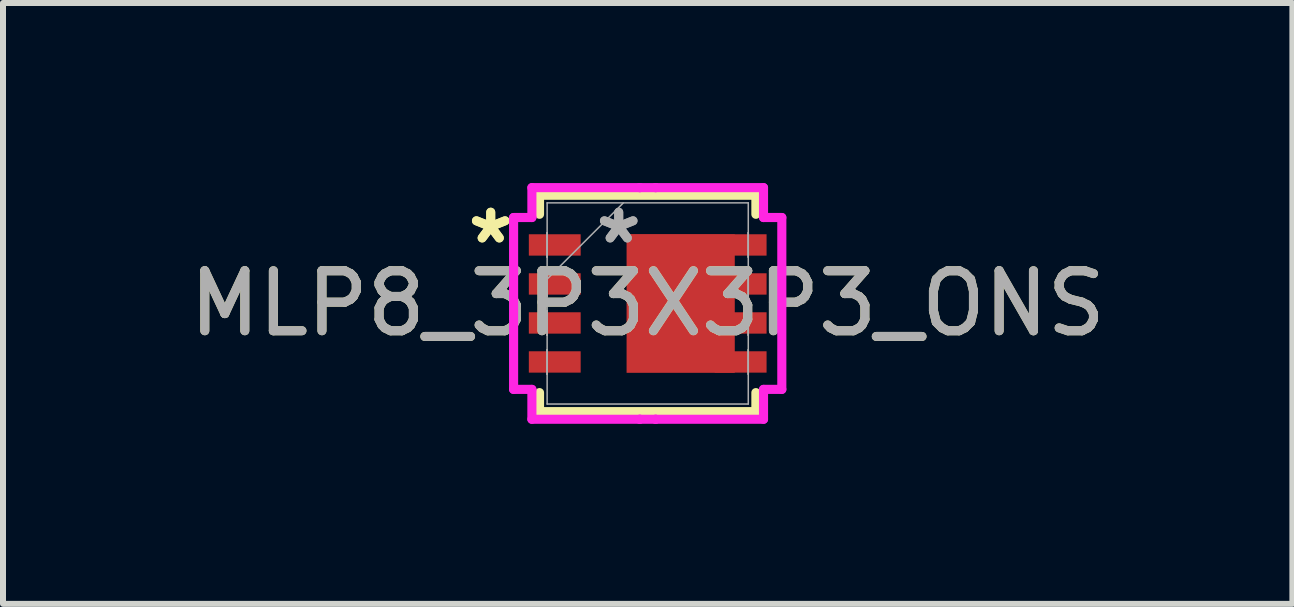
<source format=kicad_pcb>
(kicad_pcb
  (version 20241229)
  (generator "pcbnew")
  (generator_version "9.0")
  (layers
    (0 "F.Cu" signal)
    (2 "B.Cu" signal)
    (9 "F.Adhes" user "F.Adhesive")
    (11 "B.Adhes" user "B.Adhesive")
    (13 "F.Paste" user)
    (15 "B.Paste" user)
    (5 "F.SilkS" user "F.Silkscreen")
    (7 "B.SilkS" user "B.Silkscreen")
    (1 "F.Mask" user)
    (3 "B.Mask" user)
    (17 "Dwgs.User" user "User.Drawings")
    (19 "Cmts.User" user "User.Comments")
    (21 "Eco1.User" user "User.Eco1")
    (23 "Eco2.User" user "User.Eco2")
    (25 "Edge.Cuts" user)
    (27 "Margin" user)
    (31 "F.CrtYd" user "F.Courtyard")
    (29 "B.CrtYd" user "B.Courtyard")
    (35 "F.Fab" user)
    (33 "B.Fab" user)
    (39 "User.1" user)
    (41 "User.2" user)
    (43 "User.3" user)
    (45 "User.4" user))
  (footprint "MLP8_3P3X3P3_ONS"
    (layer "F.Cu")
    (at 7.744 2.007)
    (property "Reference" "MLP8_3P3X3P3_ONS" (at 0 0 0) (unlocked yes) (layer "F.SilkS") (effects (font (size 1 1) (thickness 0.15))))
    (attr smd)
    (fp_line (start -1.803 -1.803) (end -1.803 -1.486) (stroke (width 0.152) (type solid)) (layer "F.SilkS"))
    (fp_line (start -1.803 1.486) (end -1.803 1.803) (stroke (width 0.152) (type solid)) (layer "F.SilkS"))
    (fp_line (start -1.803 1.803) (end 1.803 1.803) (stroke (width 0.152) (type solid)) (layer "F.SilkS"))
    (fp_line (start 1.803 -1.803) (end -1.803 -1.803) (stroke (width 0.152) (type solid)) (layer "F.SilkS"))
    (fp_line (start 1.803 -1.486) (end 1.803 -1.803) (stroke (width 0.152) (type solid)) (layer "F.SilkS"))
    (fp_line (start 1.803 1.803) (end 1.803 1.486) (stroke (width 0.152) (type solid)) (layer "F.SilkS"))
    (fp_line (start -2.235 -1.432) (end -1.93 -1.432) (stroke (width 0.152) (type solid)) (layer "F.CrtYd"))
    (fp_line (start -2.235 1.432) (end -2.235 -1.432) (stroke (width 0.152) (type solid)) (layer "F.CrtYd"))
    (fp_line (start -1.93 -1.93) (end -0.132 -1.93) (stroke (width 0.152) (type solid)) (layer "F.CrtYd"))
    (fp_line (start -1.93 -1.432) (end -1.93 -1.93) (stroke (width 0.152) (type solid)) (layer "F.CrtYd"))
    (fp_line (start -1.93 1.432) (end -2.235 1.432) (stroke (width 0.152) (type solid)) (layer "F.CrtYd"))
    (fp_line (start -1.93 1.93) (end -1.93 1.432) (stroke (width 0.152) (type solid)) (layer "F.CrtYd"))
    (fp_line (start -0.132 -1.93) (end -0.132 -1.93) (stroke (width 0.152) (type solid)) (layer "F.CrtYd"))
    (fp_line (start -0.132 -1.93) (end 0.132 -1.93) (stroke (width 0.152) (type solid)) (layer "F.CrtYd"))
    (fp_line (start -0.132 1.93) (end -1.93 1.93) (stroke (width 0.152) (type solid)) (layer "F.CrtYd"))
    (fp_line (start -0.132 1.93) (end -0.132 1.93) (stroke (width 0.152) (type solid)) (layer "F.CrtYd"))
    (fp_line (start 0.132 -1.93) (end 0.132 -1.93) (stroke (width 0.152) (type solid)) (layer "F.CrtYd"))
    (fp_line (start 0.132 -1.93) (end 1.93 -1.93) (stroke (width 0.152) (type solid)) (layer "F.CrtYd"))
    (fp_line (start 0.132 1.93) (end -0.132 1.93) (stroke (width 0.152) (type solid)) (layer "F.CrtYd"))
    (fp_line (start 0.132 1.93) (end 0.132 1.93) (stroke (width 0.152) (type solid)) (layer "F.CrtYd"))
    (fp_line (start 1.93 -1.93) (end 1.93 -1.432) (stroke (width 0.152) (type solid)) (layer "F.CrtYd"))
    (fp_line (start 1.93 -1.432) (end 2.235 -1.432) (stroke (width 0.152) (type solid)) (layer "F.CrtYd"))
    (fp_line (start 1.93 1.432) (end 1.93 1.93) (stroke (width 0.152) (type solid)) (layer "F.CrtYd"))
    (fp_line (start 1.93 1.93) (end 0.132 1.93) (stroke (width 0.152) (type solid)) (layer "F.CrtYd"))
    (fp_line (start 2.235 -1.432) (end 2.235 1.432) (stroke (width 0.152) (type solid)) (layer "F.CrtYd"))
    (fp_line (start 2.235 1.432) (end 1.93 1.432) (stroke (width 0.152) (type solid)) (layer "F.CrtYd"))
    (fp_line (start -1.676 -1.676) (end -1.676 1.676) (stroke (width 0.025) (type solid)) (layer "F.Fab"))
    (fp_line (start -1.676 -1.178) (end -1.676 -1.178) (stroke (width 0.025) (type solid)) (layer "F.Fab"))
    (fp_line (start -1.676 -1.178) (end -1.676 -0.772) (stroke (width 0.025) (type solid)) (layer "F.Fab"))
    (fp_line (start -1.676 -0.772) (end -1.676 -1.178) (stroke (width 0.025) (type solid)) (layer "F.Fab"))
    (fp_line (start -1.676 -0.772) (end -1.676 -0.772) (stroke (width 0.025) (type solid)) (layer "F.Fab"))
    (fp_line (start -1.676 -0.528) (end -1.676 -0.528) (stroke (width 0.025) (type solid)) (layer "F.Fab"))
    (fp_line (start -1.676 -0.528) (end -1.676 -0.122) (stroke (width 0.025) (type solid)) (layer "F.Fab"))
    (fp_line (start -1.676 -0.406) (end -0.406 -1.676) (stroke (width 0.025) (type solid)) (layer "F.Fab"))
    (fp_line (start -1.676 -0.122) (end -1.676 -0.528) (stroke (width 0.025) (type solid)) (layer "F.Fab"))
    (fp_line (start -1.676 -0.122) (end -1.676 -0.122) (stroke (width 0.025) (type solid)) (layer "F.Fab"))
    (fp_line (start -1.676 0.122) (end -1.676 0.122) (stroke (width 0.025) (type solid)) (layer "F.Fab"))
    (fp_line (start -1.676 0.122) (end -1.676 0.528) (stroke (width 0.025) (type solid)) (layer "F.Fab"))
    (fp_line (start -1.676 0.528) (end -1.676 0.122) (stroke (width 0.025) (type solid)) (layer "F.Fab"))
    (fp_line (start -1.676 0.528) (end -1.676 0.528) (stroke (width 0.025) (type solid)) (layer "F.Fab"))
    (fp_line (start -1.676 0.772) (end -1.676 0.772) (stroke (width 0.025) (type solid)) (layer "F.Fab"))
    (fp_line (start -1.676 0.772) (end -1.676 1.178) (stroke (width 0.025) (type solid)) (layer "F.Fab"))
    (fp_line (start -1.676 1.178) (end -1.676 0.772) (stroke (width 0.025) (type solid)) (layer "F.Fab"))
    (fp_line (start -1.676 1.178) (end -1.676 1.178) (stroke (width 0.025) (type solid)) (layer "F.Fab"))
    (fp_line (start -1.676 1.676) (end 1.676 1.676) (stroke (width 0.025) (type solid)) (layer "F.Fab"))
    (fp_line (start 1.676 -1.676) (end -1.676 -1.676) (stroke (width 0.025) (type solid)) (layer "F.Fab"))
    (fp_line (start 1.676 -1.178) (end 1.676 -1.178) (stroke (width 0.025) (type solid)) (layer "F.Fab"))
    (fp_line (start 1.676 -1.178) (end 1.676 -0.772) (stroke (width 0.025) (type solid)) (layer "F.Fab"))
    (fp_line (start 1.676 -0.772) (end 1.676 -1.178) (stroke (width 0.025) (type solid)) (layer "F.Fab"))
    (fp_line (start 1.676 -0.772) (end 1.676 -0.772) (stroke (width 0.025) (type solid)) (layer "F.Fab"))
    (fp_line (start 1.676 -0.528) (end 1.676 -0.528) (stroke (width 0.025) (type solid)) (layer "F.Fab"))
    (fp_line (start 1.676 -0.528) (end 1.676 -0.122) (stroke (width 0.025) (type solid)) (layer "F.Fab"))
    (fp_line (start 1.676 -0.122) (end 1.676 -0.528) (stroke (width 0.025) (type solid)) (layer "F.Fab"))
    (fp_line (start 1.676 -0.122) (end 1.676 -0.122) (stroke (width 0.025) (type solid)) (layer "F.Fab"))
    (fp_line (start 1.676 0.122) (end 1.676 0.122) (stroke (width 0.025) (type solid)) (layer "F.Fab"))
    (fp_line (start 1.676 0.122) (end 1.676 0.528) (stroke (width 0.025) (type solid)) (layer "F.Fab"))
    (fp_line (start 1.676 0.528) (end 1.676 0.122) (stroke (width 0.025) (type solid)) (layer "F.Fab"))
    (fp_line (start 1.676 0.528) (end 1.676 0.528) (stroke (width 0.025) (type solid)) (layer "F.Fab"))
    (fp_line (start 1.676 0.772) (end 1.676 0.772) (stroke (width 0.025) (type solid)) (layer "F.Fab"))
    (fp_line (start 1.676 0.772) (end 1.676 1.178) (stroke (width 0.025) (type solid)) (layer "F.Fab"))
    (fp_line (start 1.676 1.178) (end 1.676 0.772) (stroke (width 0.025) (type solid)) (layer "F.Fab"))
    (fp_line (start 1.676 1.178) (end 1.676 1.178) (stroke (width 0.025) (type solid)) (layer "F.Fab"))
    (fp_line (start 1.676 1.676) (end 1.676 -1.676) (stroke (width 0.025) (type solid)) (layer "F.Fab"))
    (fp_text user "*" (at -2.616 -0.975 0) (unlocked yes) (layer "F.SilkS") (effects (font (size 1 1) (thickness 0.15))))
    (fp_text user "*" (at -2.616 -0.975 0) (layer "F.SilkS") (effects (font (size 1 1) (thickness 0.15))))
    (fp_text user "*" (at -0.483 -0.975 0) (layer "F.Fab") (effects (font (size 1 1) (thickness 0.15))))
    (fp_text user "${REFERENCE}" (at 0 0 0) (unlocked yes) (layer "F.Fab") (effects (font (size 1 1) (thickness 0.15))))
    (fp_text user "*" (at -0.483 -0.975 0) (unlocked yes) (layer "F.Fab") (effects (font (size 1 1) (thickness 0.15))))
    (pad "1" smd rect (at -1.549 -0.975 90) (size 0.356 0.864) (layers "F.Cu" "F.Mask" "F.Paste"))
    (pad "2" smd rect (at -1.549 -0.325 90) (size 0.356 0.864) (layers "F.Cu" "F.Mask" "F.Paste"))
    (pad "3" smd rect (at -1.549 0.325 90) (size 0.356 0.864) (layers "F.Cu" "F.Mask" "F.Paste"))
    (pad "4" smd rect (at -1.549 0.975 90) (size 0.356 0.864) (layers "F.Cu" "F.Mask" "F.Paste"))
    (pad "5" smd rect (at 1.549 0.975 90) (size 0.356 0.864) (layers "F.Cu" "F.Mask" "F.Paste"))
    (pad "6" smd rect (at 1.549 0.325 90) (size 0.356 0.864) (layers "F.Cu" "F.Mask" "F.Paste"))
    (pad "7" smd rect (at 1.549 -0.325 90) (size 0.356 0.864) (layers "F.Cu" "F.Mask" "F.Paste"))
    (pad "8" smd custom (at 1.549 -0.975 90) (size 0.356 0.864) (layers "F.Cu" "F.Mask" "F.Paste") (options (anchor rect)) (primitives (gr_poly (pts (xy 0.181 -1.901) (xy 0.181 -0.098) (xy -2.131 -0.098) (xy -2.131 -1.901)) (width 0) (fill yes)))))
  (gr_rect
    (start -3 -3)
    (end 18.488 7.013)
    (stroke (width 0.1) (type default))
    (fill no)
    (layer "Edge.Cuts")))
</source>
